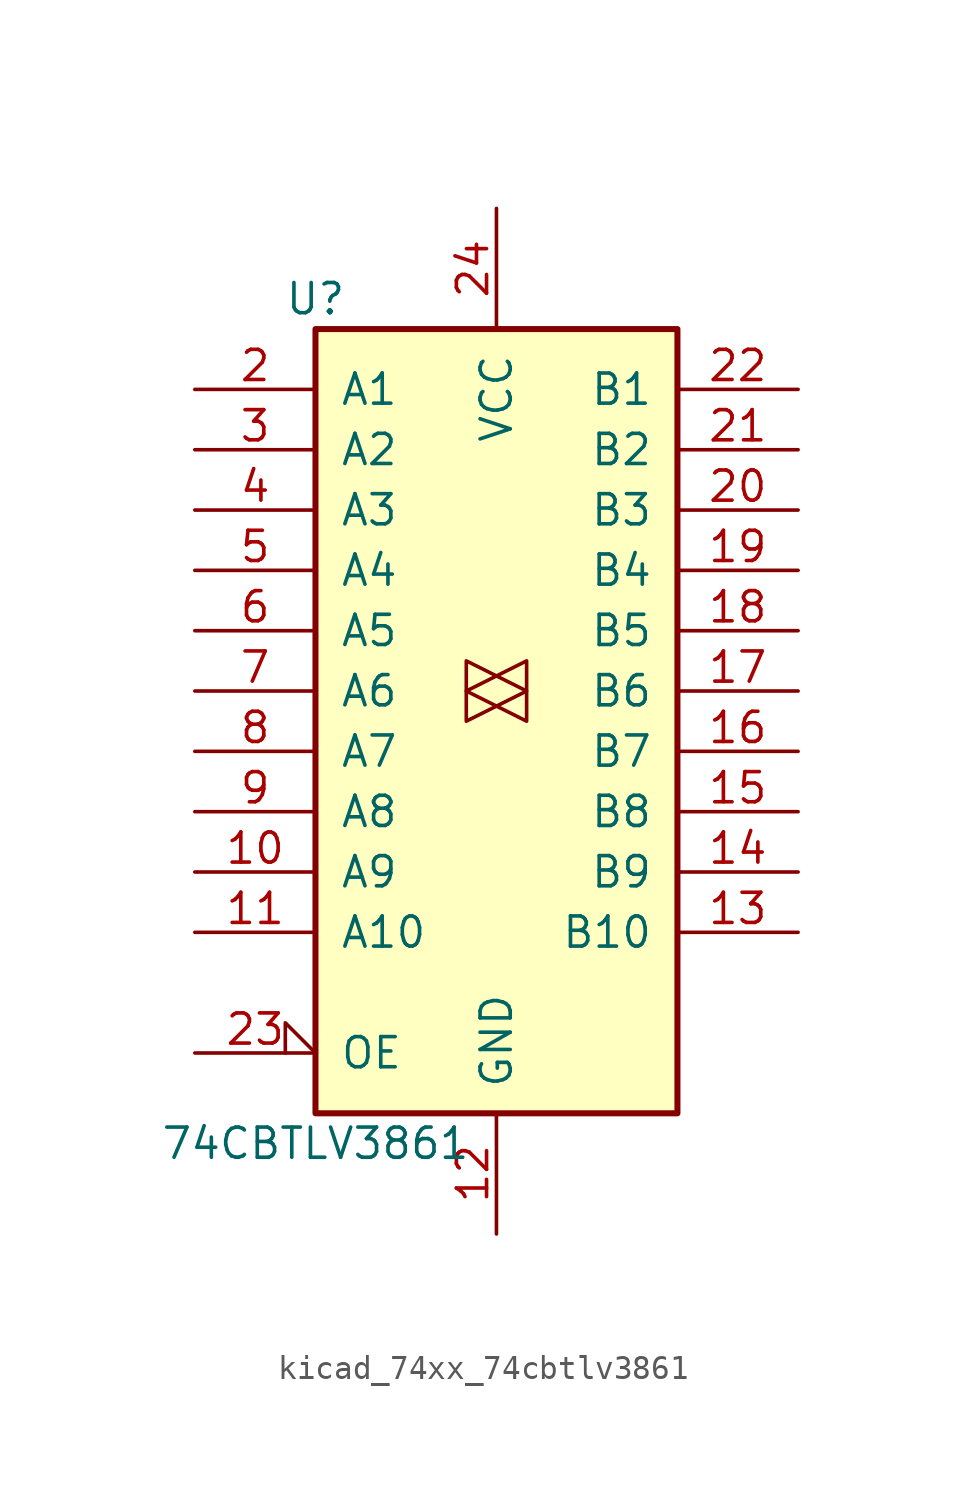
<source format=kicad_sym>
(kicad_symbol_lib
  (version 20220914)
  (generator kicad_symbol_editor)
  (symbol "kicad_74xx_74cbtlv3861"
    (pin_names
      (offset 1.016))
    (property "Reference" "U"
      (at -7.62 16.51 0)
      (effects (font (size 1.27 1.27))))
    (property "Value" "74CBTLV3861"
      (at -7.62 -19.05 0)
      (effects (font (size 1.27 1.27))))
    (property "ki_locked" ""
      (at 0 0 0)
      (effects (font (size 1.27 1.27))))
    (symbol "kicad_74xx_74cbtlv3861_1_0"
      (polyline (pts (xy 1.27 0) (xy -1.27 1.27) (xy -1.27 -1.27) (xy 1.27 0)) (stroke (width 0.152) (type default)) (fill (type none)))
      (polyline (pts (xy 1.27 1.27) (xy -1.27 0) (xy 1.27 -1.27) (xy 1.27 1.27)) (stroke (width 0) (type default)) (fill (type none)))
      (pin bidirectional line (at -12.7 -7.62 0) (length 5.08) (name "A9" (effects (font (size 1.27 1.27)))) (number "10" (effects (font (size 1.27 1.27)))))
      (pin bidirectional line (at -12.7 -10.16 0) (length 5.08) (name "A10" (effects (font (size 1.27 1.27)))) (number "11" (effects (font (size 1.27 1.27)))))
      (pin power_in line (at 0 -22.86 90) (length 5.08) (name "GND" (effects (font (size 1.27 1.27)))) (number "12" (effects (font (size 1.27 1.27)))))
      (pin bidirectional line (at 12.7 -10.16 180) (length 5.08) (name "B10" (effects (font (size 1.27 1.27)))) (number "13" (effects (font (size 1.27 1.27)))))
      (pin bidirectional line (at 12.7 -7.62 180) (length 5.08) (name "B9" (effects (font (size 1.27 1.27)))) (number "14" (effects (font (size 1.27 1.27)))))
      (pin bidirectional line (at 12.7 -5.08 180) (length 5.08) (name "B8" (effects (font (size 1.27 1.27)))) (number "15" (effects (font (size 1.27 1.27)))))
      (pin bidirectional line (at 12.7 -2.54 180) (length 5.08) (name "B7" (effects (font (size 1.27 1.27)))) (number "16" (effects (font (size 1.27 1.27)))))
      (pin bidirectional line (at 12.7 0 180) (length 5.08) (name "B6" (effects (font (size 1.27 1.27)))) (number "17" (effects (font (size 1.27 1.27)))))
      (pin bidirectional line (at 12.7 2.54 180) (length 5.08) (name "B5" (effects (font (size 1.27 1.27)))) (number "18" (effects (font (size 1.27 1.27)))))
      (pin bidirectional line (at 12.7 5.08 180) (length 5.08) (name "B4" (effects (font (size 1.27 1.27)))) (number "19" (effects (font (size 1.27 1.27)))))
      (pin bidirectional line (at -12.7 12.7 0) (length 5.08) (name "A1" (effects (font (size 1.27 1.27)))) (number "2" (effects (font (size 1.27 1.27)))))
      (pin bidirectional line (at 12.7 7.62 180) (length 5.08) (name "B3" (effects (font (size 1.27 1.27)))) (number "20" (effects (font (size 1.27 1.27)))))
      (pin bidirectional line (at 12.7 10.16 180) (length 5.08) (name "B2" (effects (font (size 1.27 1.27)))) (number "21" (effects (font (size 1.27 1.27)))))
      (pin bidirectional line (at 12.7 12.7 180) (length 5.08) (name "B1" (effects (font (size 1.27 1.27)))) (number "22" (effects (font (size 1.27 1.27)))))
      (pin input input_low (at -12.7 -15.24 0) (length 5.08) (name "OE" (effects (font (size 1.27 1.27)))) (number "23" (effects (font (size 1.27 1.27)))))
      (pin power_in line (at 0 20.32 270) (length 5.08) (name "VCC" (effects (font (size 1.27 1.27)))) (number "24" (effects (font (size 1.27 1.27)))))
      (pin bidirectional line (at -12.7 10.16 0) (length 5.08) (name "A2" (effects (font (size 1.27 1.27)))) (number "3" (effects (font (size 1.27 1.27)))))
      (pin bidirectional line (at -12.7 7.62 0) (length 5.08) (name "A3" (effects (font (size 1.27 1.27)))) (number "4" (effects (font (size 1.27 1.27)))))
      (pin bidirectional line (at -12.7 5.08 0) (length 5.08) (name "A4" (effects (font (size 1.27 1.27)))) (number "5" (effects (font (size 1.27 1.27)))))
      (pin bidirectional line (at -12.7 2.54 0) (length 5.08) (name "A5" (effects (font (size 1.27 1.27)))) (number "6" (effects (font (size 1.27 1.27)))))
      (pin bidirectional line (at -12.7 0 0) (length 5.08) (name "A6" (effects (font (size 1.27 1.27)))) (number "7" (effects (font (size 1.27 1.27)))))
      (pin bidirectional line (at -12.7 -2.54 0) (length 5.08) (name "A7" (effects (font (size 1.27 1.27)))) (number "8" (effects (font (size 1.27 1.27)))))
      (pin bidirectional line (at -12.7 -5.08 0) (length 5.08) (name "A8" (effects (font (size 1.27 1.27)))) (number "9" (effects (font (size 1.27 1.27))))))
    (symbol "kicad_74xx_74cbtlv3861_1_1"
      (rectangle (start -7.62 15.24) (end 7.62 -17.78) (stroke (width 0.254) (type default)) (fill (type background))))))
</source>
